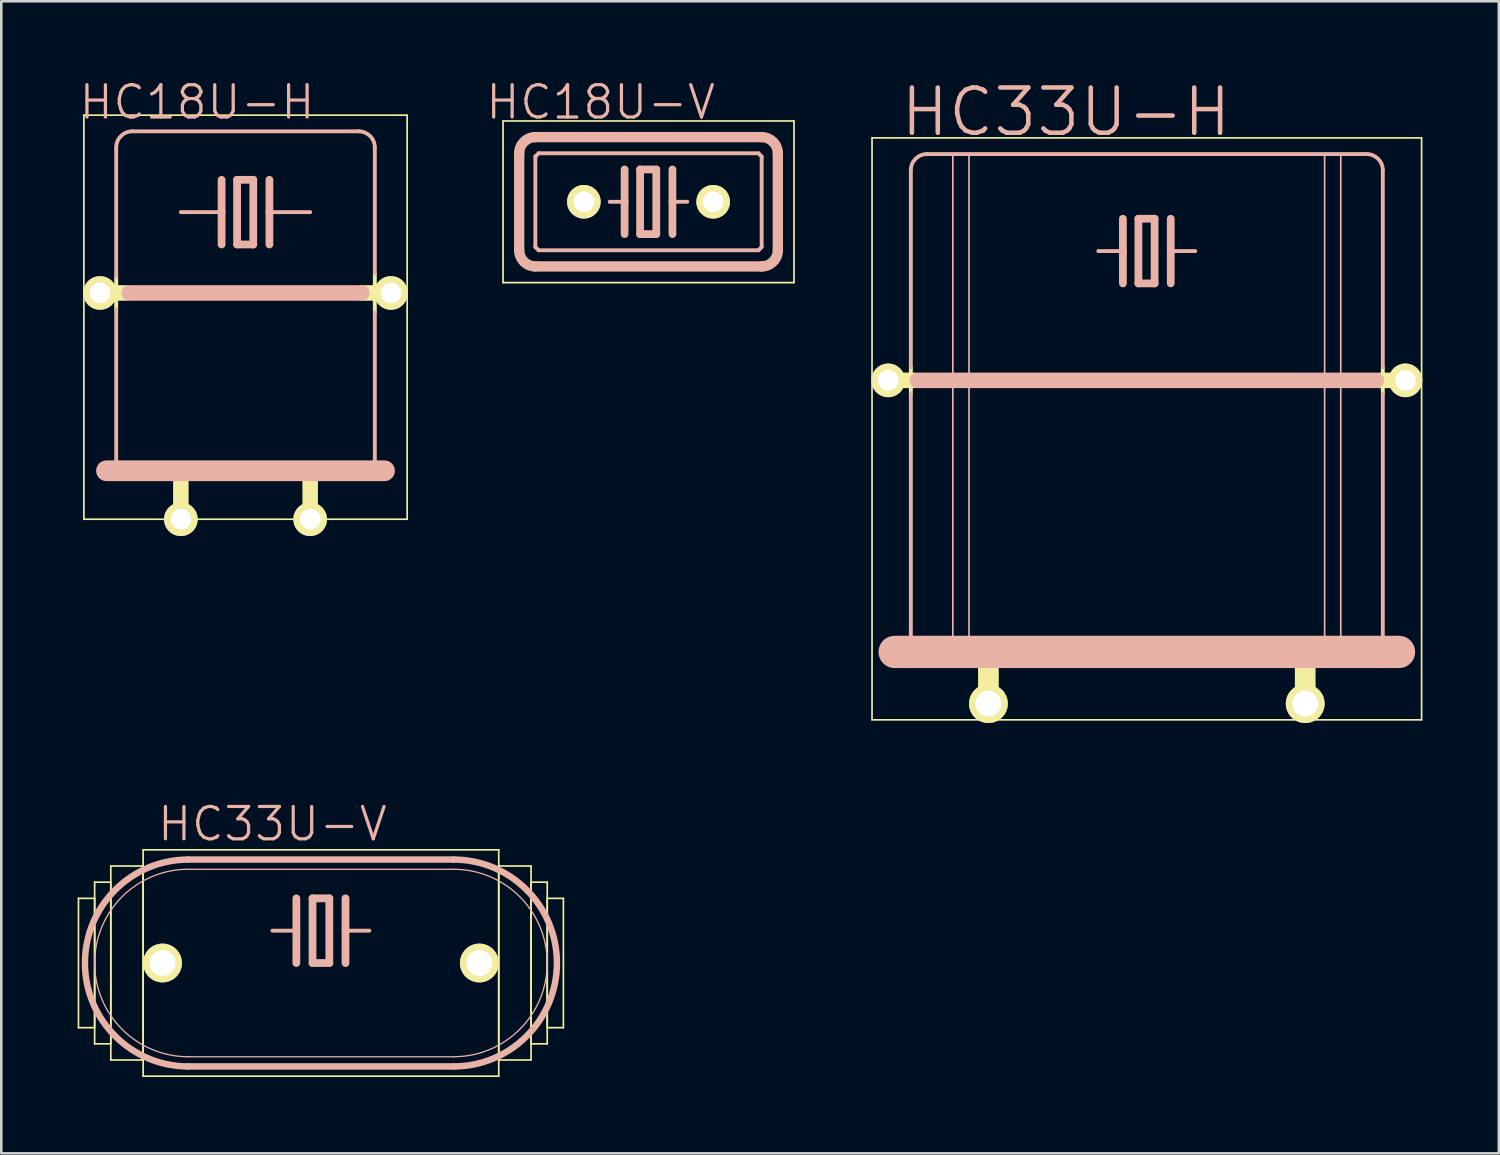
<source format=kicad_pcb>
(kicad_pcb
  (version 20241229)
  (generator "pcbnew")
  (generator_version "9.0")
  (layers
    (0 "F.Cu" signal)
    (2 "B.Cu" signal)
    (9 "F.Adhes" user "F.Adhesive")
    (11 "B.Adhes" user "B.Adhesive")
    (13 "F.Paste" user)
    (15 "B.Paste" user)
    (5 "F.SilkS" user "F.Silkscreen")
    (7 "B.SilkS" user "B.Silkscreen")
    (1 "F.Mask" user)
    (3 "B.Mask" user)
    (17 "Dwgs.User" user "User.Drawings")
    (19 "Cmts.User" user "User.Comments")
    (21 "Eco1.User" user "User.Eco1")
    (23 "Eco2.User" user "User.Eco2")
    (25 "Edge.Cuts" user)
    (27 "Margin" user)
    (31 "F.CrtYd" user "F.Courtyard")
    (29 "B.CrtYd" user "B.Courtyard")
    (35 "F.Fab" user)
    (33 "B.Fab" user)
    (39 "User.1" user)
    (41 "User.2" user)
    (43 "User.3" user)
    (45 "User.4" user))
  (footprint "HC33U-H"
    (layer "F.Cu")
    (at 42.003 19.513)
    (property "Reference" "HC33U-H" (at -3.175 -18.161 0) (layer "B.SilkS") (effects (font (size 1.778 1.778) (thickness 0.178))))
    (attr exclude_from_pos_files exclude_from_bom)
    (fp_line (start -10.795 -17.145) (end 10.795 -17.145) (stroke (width 0.066) (type solid)) (layer "F.SilkS"))
    (fp_line (start -10.795 5.715) (end -10.795 -17.145) (stroke (width 0.066) (type solid)) (layer "F.SilkS"))
    (fp_line (start -10.795 5.715) (end 10.795 5.715) (stroke (width 0.066) (type solid)) (layer "F.SilkS"))
    (fp_line (start -10.16 -7.62) (end -9.144 -7.62) (stroke (width 0.61) (type solid)) (layer "F.SilkS"))
    (fp_line (start -9.271 -8.128) (end -9.271 -7.112) (stroke (width 0.152) (type solid)) (layer "F.SilkS"))
    (fp_line (start -6.223 3.175) (end -6.223 5.08) (stroke (width 0.813) (type solid)) (layer "F.SilkS"))
    (fp_line (start 6.223 3.175) (end 6.223 5.08) (stroke (width 0.813) (type solid)) (layer "F.SilkS"))
    (fp_line (start 9.144 -7.62) (end 10.16 -7.62) (stroke (width 0.61) (type solid)) (layer "F.SilkS"))
    (fp_line (start 9.271 -8.128) (end 9.271 -7.112) (stroke (width 0.152) (type solid)) (layer "F.SilkS"))
    (fp_line (start 10.795 5.715) (end 10.795 -17.145) (stroke (width 0.066) (type solid)) (layer "F.SilkS"))
    (fp_line (start -9.906 3.048) (end -9.271 3.048) (stroke (width 1.27) (type solid)) (layer "B.SilkS"))
    (fp_line (start -9.271 -8.128) (end -9.271 -15.875) (stroke (width 0.152) (type solid)) (layer "B.SilkS"))
    (fp_line (start -9.271 -7.112) (end -9.271 3.048) (stroke (width 0.152) (type solid)) (layer "B.SilkS"))
    (fp_line (start -9.271 3.048) (end 9.271 3.048) (stroke (width 1.27) (type solid)) (layer "B.SilkS"))
    (fp_line (start -9.017 -7.62) (end 9.017 -7.62) (stroke (width 0.61) (type solid)) (layer "B.SilkS"))
    (fp_line (start -7.62 -16.51) (end -6.985 -16.51) (stroke (width 0.066) (type solid)) (layer "B.SilkS"))
    (fp_line (start -7.62 3.175) (end -7.62 -16.51) (stroke (width 0.066) (type solid)) (layer "B.SilkS"))
    (fp_line (start -7.62 3.175) (end -6.985 3.175) (stroke (width 0.066) (type solid)) (layer "B.SilkS"))
    (fp_line (start -6.985 3.175) (end -6.985 -16.51) (stroke (width 0.066) (type solid)) (layer "B.SilkS"))
    (fp_line (start -0.94 -13.97) (end -0.94 -12.7) (stroke (width 0.305) (type solid)) (layer "B.SilkS"))
    (fp_line (start -0.94 -12.7) (end -1.905 -12.7) (stroke (width 0.152) (type solid)) (layer "B.SilkS"))
    (fp_line (start -0.94 -12.7) (end -0.94 -11.43) (stroke (width 0.305) (type solid)) (layer "B.SilkS"))
    (fp_line (start -0.33 -13.97) (end -0.33 -11.43) (stroke (width 0.305) (type solid)) (layer "B.SilkS"))
    (fp_line (start -0.33 -11.43) (end 0.305 -11.43) (stroke (width 0.305) (type solid)) (layer "B.SilkS"))
    (fp_line (start 0.305 -13.97) (end -0.33 -13.97) (stroke (width 0.305) (type solid)) (layer "B.SilkS"))
    (fp_line (start 0.305 -11.43) (end 0.305 -13.97) (stroke (width 0.305) (type solid)) (layer "B.SilkS"))
    (fp_line (start 0.94 -13.97) (end 0.94 -12.7) (stroke (width 0.305) (type solid)) (layer "B.SilkS"))
    (fp_line (start 0.94 -12.7) (end 0.94 -11.43) (stroke (width 0.305) (type solid)) (layer "B.SilkS"))
    (fp_line (start 0.94 -12.7) (end 1.905 -12.7) (stroke (width 0.152) (type solid)) (layer "B.SilkS"))
    (fp_line (start 6.985 -16.51) (end 7.62 -16.51) (stroke (width 0.066) (type solid)) (layer "B.SilkS"))
    (fp_line (start 6.985 3.175) (end 6.985 -16.51) (stroke (width 0.066) (type solid)) (layer "B.SilkS"))
    (fp_line (start 6.985 3.175) (end 7.62 3.175) (stroke (width 0.066) (type solid)) (layer "B.SilkS"))
    (fp_line (start 7.62 3.175) (end 7.62 -16.51) (stroke (width 0.066) (type solid)) (layer "B.SilkS"))
    (fp_line (start 8.636 -16.51) (end -8.636 -16.51) (stroke (width 0.152) (type solid)) (layer "B.SilkS"))
    (fp_line (start 9.271 -8.128) (end 9.271 -15.875) (stroke (width 0.152) (type solid)) (layer "B.SilkS"))
    (fp_line (start 9.271 -7.112) (end 9.271 3.048) (stroke (width 0.152) (type solid)) (layer "B.SilkS"))
    (fp_line (start 9.271 3.048) (end 9.906 3.048) (stroke (width 1.27) (type solid)) (layer "B.SilkS"))
    (fp_arc (start -9.271 -15.875) (mid -9.085013 -16.324013) (end -8.636 -16.51) (stroke (width 0.1524) (type solid)) (layer "B.SilkS"))
    (fp_arc (start 8.636 -16.51) (mid 9.085013 -16.324013) (end 9.271 -15.875) (stroke (width 0.1524) (type solid)) (layer "B.SilkS"))
    (pad "1" thru_hole circle (at -6.223 5.08) (size 1.524 1.524) (drill 1.016) (layers "*.Cu" "F.Mask" "F.SilkS" "F.Paste"))
    (pad "2" thru_hole circle (at 6.223 5.08) (size 1.524 1.524) (drill 1.016) (layers "*.Cu" "F.Mask" "F.SilkS" "F.Paste"))
    (pad "M" thru_hole circle (at -10.16 -7.62) (size 1.321 1.321) (drill 0.813) (layers "*.Cu" "F.Mask" "F.SilkS" "F.Paste"))
    (pad "M1" thru_hole circle (at 10.16 -7.62) (size 1.321 1.321) (drill 0.813) (layers "*.Cu" "F.Mask" "F.SilkS" "F.Paste")))
  (footprint "HC18U-V"
    (layer "F.Cu")
    (at 22.427 4.877)
    (property "Reference" "HC18U-V" (at -1.88 -3.912 0) (layer "B.SilkS") (effects (font (size 1.27 1.27) (thickness 0.127))))
    (attr exclude_from_pos_files exclude_from_bom)
    (fp_line (start -5.715 -3.175) (end 5.715 -3.175) (stroke (width 0.066) (type solid)) (layer "F.SilkS"))
    (fp_line (start -5.715 3.175) (end -5.715 -3.175) (stroke (width 0.066) (type solid)) (layer "F.SilkS"))
    (fp_line (start -5.715 3.175) (end 5.715 3.175) (stroke (width 0.066) (type solid)) (layer "F.SilkS"))
    (fp_line (start 5.715 3.175) (end 5.715 -3.175) (stroke (width 0.066) (type solid)) (layer "F.SilkS"))
    (fp_line (start -5.08 -1.905) (end -5.08 1.905) (stroke (width 0.406) (type solid)) (layer "B.SilkS"))
    (fp_line (start -4.445 -2.54) (end 4.445 -2.54) (stroke (width 0.406) (type solid)) (layer "B.SilkS"))
    (fp_line (start -4.445 -1.778) (end -4.445 1.778) (stroke (width 0.152) (type solid)) (layer "B.SilkS"))
    (fp_line (start -4.445 -1.778) (end -4.318 -1.905) (stroke (width 0.152) (type solid)) (layer "B.SilkS"))
    (fp_line (start -4.445 2.54) (end 4.445 2.54) (stroke (width 0.406) (type solid)) (layer "B.SilkS"))
    (fp_line (start -4.318 1.905) (end -4.445 1.778) (stroke (width 0.152) (type solid)) (layer "B.SilkS"))
    (fp_line (start -4.318 1.905) (end 4.318 1.905) (stroke (width 0.152) (type solid)) (layer "B.SilkS"))
    (fp_line (start -0.94 -1.27) (end -0.94 0) (stroke (width 0.305) (type solid)) (layer "B.SilkS"))
    (fp_line (start -0.94 0) (end -1.524 0) (stroke (width 0.152) (type solid)) (layer "B.SilkS"))
    (fp_line (start -0.94 0) (end -0.94 1.27) (stroke (width 0.305) (type solid)) (layer "B.SilkS"))
    (fp_line (start -0.33 -1.27) (end -0.33 1.27) (stroke (width 0.305) (type solid)) (layer "B.SilkS"))
    (fp_line (start -0.33 1.27) (end 0.305 1.27) (stroke (width 0.305) (type solid)) (layer "B.SilkS"))
    (fp_line (start 0.305 -1.27) (end -0.33 -1.27) (stroke (width 0.305) (type solid)) (layer "B.SilkS"))
    (fp_line (start 0.305 1.27) (end 0.305 -1.27) (stroke (width 0.305) (type solid)) (layer "B.SilkS"))
    (fp_line (start 0.94 -1.27) (end 0.94 0) (stroke (width 0.305) (type solid)) (layer "B.SilkS"))
    (fp_line (start 0.94 0) (end 0.94 1.27) (stroke (width 0.305) (type solid)) (layer "B.SilkS"))
    (fp_line (start 0.94 0) (end 1.524 0) (stroke (width 0.152) (type solid)) (layer "B.SilkS"))
    (fp_line (start 4.318 -1.905) (end -4.318 -1.905) (stroke (width 0.152) (type solid)) (layer "B.SilkS"))
    (fp_line (start 4.318 -1.905) (end 4.445 -1.778) (stroke (width 0.152) (type solid)) (layer "B.SilkS"))
    (fp_line (start 4.318 1.905) (end 4.445 1.778) (stroke (width 0.152) (type solid)) (layer "B.SilkS"))
    (fp_line (start 4.445 1.778) (end 4.445 -1.778) (stroke (width 0.152) (type solid)) (layer "B.SilkS"))
    (fp_line (start 5.08 1.905) (end 5.08 -1.905) (stroke (width 0.406) (type solid)) (layer "B.SilkS"))
    (fp_arc (start -5.08 -1.905) (mid -4.894013 -2.354013) (end -4.445 -2.54) (stroke (width 0.4064) (type solid)) (layer "B.SilkS"))
    (fp_arc (start -4.445 2.54) (mid -4.894013 2.354013) (end -5.08 1.905) (stroke (width 0.4064) (type solid)) (layer "B.SilkS"))
    (fp_arc (start 4.445 -2.54) (mid 4.894013 -2.354013) (end 5.08 -1.905) (stroke (width 0.4064) (type solid)) (layer "B.SilkS"))
    (fp_arc (start 5.08 1.905) (mid 4.894013 2.354013) (end 4.445 2.54) (stroke (width 0.4064) (type solid)) (layer "B.SilkS"))
    (pad "1" thru_hole circle (at -2.54 0) (size 1.321 1.321) (drill 0.813) (layers "*.Cu" "F.Mask" "F.SilkS" "F.Paste"))
    (pad "2" thru_hole circle (at 2.54 0) (size 1.321 1.321) (drill 0.813) (layers "*.Cu" "F.Mask" "F.SilkS" "F.Paste")))
  (footprint "HC18U-H"
    (layer "F.Cu")
    (at 6.595 12.269)
    (property "Reference" "HC18U-H" (at -1.905 -11.303 0) (layer "B.SilkS") (effects (font (size 1.27 1.27) (thickness 0.127))))
    (attr exclude_from_pos_files exclude_from_bom)
    (fp_line (start -6.35 -10.795) (end 6.35 -10.795) (stroke (width 0.066) (type solid)) (layer "F.SilkS"))
    (fp_line (start -6.35 5.08) (end -6.35 -10.795) (stroke (width 0.066) (type solid)) (layer "F.SilkS"))
    (fp_line (start -6.35 5.08) (end 6.35 5.08) (stroke (width 0.066) (type solid)) (layer "F.SilkS"))
    (fp_line (start -5.08 -4.445) (end -5.08 -3.175) (stroke (width 0.152) (type solid)) (layer "F.SilkS"))
    (fp_line (start -4.699 -3.81) (end -5.715 -3.81) (stroke (width 0.61) (type solid)) (layer "F.SilkS"))
    (fp_line (start -2.54 3.302) (end -2.54 5.08) (stroke (width 0.61) (type solid)) (layer "F.SilkS"))
    (fp_line (start 2.54 3.302) (end 2.54 5.08) (stroke (width 0.61) (type solid)) (layer "F.SilkS"))
    (fp_line (start 4.572 -3.81) (end 5.08 -3.81) (stroke (width 0.61) (type solid)) (layer "F.SilkS"))
    (fp_line (start 5.08 -3.81) (end 5.08 -4.572) (stroke (width 0.152) (type solid)) (layer "F.SilkS"))
    (fp_line (start 5.08 -3.81) (end 5.08 -3.048) (stroke (width 0.152) (type solid)) (layer "F.SilkS"))
    (fp_line (start 5.08 -3.81) (end 5.715 -3.81) (stroke (width 0.61) (type solid)) (layer "F.SilkS"))
    (fp_line (start 6.35 5.08) (end 6.35 -10.795) (stroke (width 0.066) (type solid)) (layer "F.SilkS"))
    (fp_line (start -5.08 -4.445) (end -5.08 -9.525) (stroke (width 0.152) (type solid)) (layer "B.SilkS"))
    (fp_line (start -5.08 -3.175) (end -5.08 3.175) (stroke (width 0.152) (type solid)) (layer "B.SilkS"))
    (fp_line (start -5.08 3.175) (end -5.461 3.175) (stroke (width 0.813) (type solid)) (layer "B.SilkS"))
    (fp_line (start -4.572 -3.81) (end 4.572 -3.81) (stroke (width 0.61) (type solid)) (layer "B.SilkS"))
    (fp_line (start -0.94 -8.255) (end -0.94 -6.985) (stroke (width 0.305) (type solid)) (layer "B.SilkS"))
    (fp_line (start -0.94 -6.985) (end -2.54 -6.985) (stroke (width 0.152) (type solid)) (layer "B.SilkS"))
    (fp_line (start -0.94 -6.985) (end -0.94 -5.715) (stroke (width 0.305) (type solid)) (layer "B.SilkS"))
    (fp_line (start -0.33 -8.255) (end -0.33 -5.715) (stroke (width 0.305) (type solid)) (layer "B.SilkS"))
    (fp_line (start -0.33 -5.715) (end 0.305 -5.715) (stroke (width 0.305) (type solid)) (layer "B.SilkS"))
    (fp_line (start 0.305 -8.255) (end -0.33 -8.255) (stroke (width 0.305) (type solid)) (layer "B.SilkS"))
    (fp_line (start 0.305 -5.715) (end 0.305 -8.255) (stroke (width 0.305) (type solid)) (layer "B.SilkS"))
    (fp_line (start 0.94 -8.255) (end 0.94 -6.985) (stroke (width 0.305) (type solid)) (layer "B.SilkS"))
    (fp_line (start 0.94 -6.985) (end 0.94 -5.715) (stroke (width 0.305) (type solid)) (layer "B.SilkS"))
    (fp_line (start 0.94 -6.985) (end 2.54 -6.985) (stroke (width 0.152) (type solid)) (layer "B.SilkS"))
    (fp_line (start 4.445 -10.16) (end -4.445 -10.16) (stroke (width 0.152) (type solid)) (layer "B.SilkS"))
    (fp_line (start 5.08 -4.572) (end 5.08 -9.525) (stroke (width 0.152) (type solid)) (layer "B.SilkS"))
    (fp_line (start 5.08 -3.048) (end 5.08 3.175) (stroke (width 0.152) (type solid)) (layer "B.SilkS"))
    (fp_line (start 5.08 3.175) (end -5.08 3.175) (stroke (width 0.813) (type solid)) (layer "B.SilkS"))
    (fp_line (start 5.461 3.175) (end 5.08 3.175) (stroke (width 0.813) (type solid)) (layer "B.SilkS"))
    (fp_arc (start -5.08 -9.525) (mid -4.894013 -9.974013) (end -4.445 -10.16) (stroke (width 0.1524) (type solid)) (layer "B.SilkS"))
    (fp_arc (start 4.445 -10.16) (mid 4.894013 -9.974013) (end 5.08 -9.525) (stroke (width 0.1524) (type solid)) (layer "B.SilkS"))
    (pad "1" thru_hole circle (at -2.54 5.08) (size 1.321 1.321) (drill 0.813) (layers "*.Cu" "F.Mask" "F.SilkS" "F.Paste"))
    (pad "2" thru_hole circle (at 2.54 5.08) (size 1.321 1.321) (drill 0.813) (layers "*.Cu" "F.Mask" "F.SilkS" "F.Paste"))
    (pad "M" thru_hole circle (at -5.715 -3.81) (size 1.321 1.321) (drill 0.813) (layers "*.Cu" "F.Mask" "F.SilkS" "F.Paste"))
    (pad "M1" thru_hole circle (at 5.715 -3.81) (size 1.321 1.321) (drill 0.813) (layers "*.Cu" "F.Mask" "F.SilkS" "F.Paste")))
  (footprint "HC33U-V"
    (layer "F.Cu")
    (at 9.558 34.782)
    (property "Reference" "HC33U-V" (at -1.905 -5.461 0) (layer "B.SilkS") (effects (font (size 1.27 1.27) (thickness 0.127))))
    (attr exclude_from_pos_files exclude_from_bom)
    (fp_line (start -9.525 -2.54) (end -8.89 -2.54) (stroke (width 0.066) (type solid)) (layer "F.SilkS"))
    (fp_line (start -9.525 2.54) (end -9.525 -2.54) (stroke (width 0.066) (type solid)) (layer "F.SilkS"))
    (fp_line (start -9.525 2.54) (end -8.89 2.54) (stroke (width 0.066) (type solid)) (layer "F.SilkS"))
    (fp_line (start -8.89 -3.175) (end -8.255 -3.175) (stroke (width 0.066) (type solid)) (layer "F.SilkS"))
    (fp_line (start -8.89 2.54) (end -8.89 -2.54) (stroke (width 0.066) (type solid)) (layer "F.SilkS"))
    (fp_line (start -8.89 3.175) (end -8.89 -3.175) (stroke (width 0.066) (type solid)) (layer "F.SilkS"))
    (fp_line (start -8.89 3.175) (end -8.255 3.175) (stroke (width 0.066) (type solid)) (layer "F.SilkS"))
    (fp_line (start -8.255 -3.81) (end -6.985 -3.81) (stroke (width 0.066) (type solid)) (layer "F.SilkS"))
    (fp_line (start -8.255 3.175) (end -8.255 -3.175) (stroke (width 0.066) (type solid)) (layer "F.SilkS"))
    (fp_line (start -8.255 3.81) (end -8.255 -3.81) (stroke (width 0.066) (type solid)) (layer "F.SilkS"))
    (fp_line (start -8.255 3.81) (end -6.985 3.81) (stroke (width 0.066) (type solid)) (layer "F.SilkS"))
    (fp_line (start -6.985 -4.445) (end 6.985 -4.445) (stroke (width 0.066) (type solid)) (layer "F.SilkS"))
    (fp_line (start -6.985 3.81) (end -6.985 -3.81) (stroke (width 0.066) (type solid)) (layer "F.SilkS"))
    (fp_line (start -6.985 4.445) (end -6.985 -4.445) (stroke (width 0.066) (type solid)) (layer "F.SilkS"))
    (fp_line (start -6.985 4.445) (end 6.985 4.445) (stroke (width 0.066) (type solid)) (layer "F.SilkS"))
    (fp_line (start 6.985 -3.81) (end 8.255 -3.81) (stroke (width 0.066) (type solid)) (layer "F.SilkS"))
    (fp_line (start 6.985 3.81) (end 6.985 -3.81) (stroke (width 0.066) (type solid)) (layer "F.SilkS"))
    (fp_line (start 6.985 3.81) (end 8.255 3.81) (stroke (width 0.066) (type solid)) (layer "F.SilkS"))
    (fp_line (start 6.985 4.445) (end 6.985 -4.445) (stroke (width 0.066) (type solid)) (layer "F.SilkS"))
    (fp_line (start 8.255 -3.175) (end 8.89 -3.175) (stroke (width 0.066) (type solid)) (layer "F.SilkS"))
    (fp_line (start 8.255 3.175) (end 8.255 -3.175) (stroke (width 0.066) (type solid)) (layer "F.SilkS"))
    (fp_line (start 8.255 3.175) (end 8.89 3.175) (stroke (width 0.066) (type solid)) (layer "F.SilkS"))
    (fp_line (start 8.255 3.81) (end 8.255 -3.81) (stroke (width 0.066) (type solid)) (layer "F.SilkS"))
    (fp_line (start 8.89 -2.54) (end 9.525 -2.54) (stroke (width 0.066) (type solid)) (layer "F.SilkS"))
    (fp_line (start 8.89 2.54) (end 8.89 -2.54) (stroke (width 0.066) (type solid)) (layer "F.SilkS"))
    (fp_line (start 8.89 2.54) (end 9.525 2.54) (stroke (width 0.066) (type solid)) (layer "F.SilkS"))
    (fp_line (start 8.89 3.175) (end 8.89 -3.175) (stroke (width 0.066) (type solid)) (layer "F.SilkS"))
    (fp_line (start 9.525 2.54) (end 9.525 -2.54) (stroke (width 0.066) (type solid)) (layer "F.SilkS"))
    (fp_line (start -5.207 -4.064) (end 5.207 -4.064) (stroke (width 0.254) (type solid)) (layer "B.SilkS"))
    (fp_line (start -5.207 -3.683) (end 5.207 -3.683) (stroke (width 0.051) (type solid)) (layer "B.SilkS"))
    (fp_line (start -5.207 3.683) (end 5.207 3.683) (stroke (width 0.051) (type solid)) (layer "B.SilkS"))
    (fp_line (start -5.207 4.064) (end 5.207 4.064) (stroke (width 0.254) (type solid)) (layer "B.SilkS"))
    (fp_line (start -0.965 -2.54) (end -0.965 -1.27) (stroke (width 0.305) (type solid)) (layer "B.SilkS"))
    (fp_line (start -0.965 -1.27) (end -1.905 -1.27) (stroke (width 0.152) (type solid)) (layer "B.SilkS"))
    (fp_line (start -0.965 -1.27) (end -0.965 0) (stroke (width 0.305) (type solid)) (layer "B.SilkS"))
    (fp_line (start -0.33 -2.54) (end -0.33 0) (stroke (width 0.305) (type solid)) (layer "B.SilkS"))
    (fp_line (start -0.33 0) (end 0.33 0) (stroke (width 0.305) (type solid)) (layer "B.SilkS"))
    (fp_line (start 0.33 -2.54) (end -0.33 -2.54) (stroke (width 0.305) (type solid)) (layer "B.SilkS"))
    (fp_line (start 0.33 0) (end 0.33 -2.54) (stroke (width 0.305) (type solid)) (layer "B.SilkS"))
    (fp_line (start 0.965 -2.54) (end 0.965 -1.27) (stroke (width 0.305) (type solid)) (layer "B.SilkS"))
    (fp_line (start 0.965 -1.27) (end 0.965 0) (stroke (width 0.305) (type solid)) (layer "B.SilkS"))
    (fp_line (start 0.965 -1.27) (end 1.905 -1.27) (stroke (width 0.152) (type solid)) (layer "B.SilkS"))
    (fp_arc (start -5.207 3.683) (mid -8.89 0) (end -5.207 -3.683) (stroke (width 0.0508) (type solid)) (layer "B.SilkS"))
    (fp_arc (start -5.207 4.064) (mid -9.271 0) (end -5.207 -4.064) (stroke (width 0.254) (type solid)) (layer "B.SilkS"))
    (fp_arc (start 5.207 -4.064) (mid 9.271 0) (end 5.207 4.064) (stroke (width 0.254) (type solid)) (layer "B.SilkS"))
    (fp_arc (start 5.207 -3.683) (mid 8.89 0) (end 5.207 3.683) (stroke (width 0.0508) (type solid)) (layer "B.SilkS"))
    (pad "1" thru_hole circle (at -6.223 0) (size 1.524 1.524) (drill 1.016) (layers "*.Cu" "F.Mask" "F.SilkS" "F.Paste"))
    (pad "2" thru_hole circle (at 6.223 0) (size 1.524 1.524) (drill 1.016) (layers "*.Cu" "F.Mask" "F.SilkS" "F.Paste")))
  (gr_rect
    (start -3 -3)
    (end 55.831 42.26)
    (stroke (width 0.1) (type default))
    (fill no)
    (layer "Edge.Cuts")))
</source>
